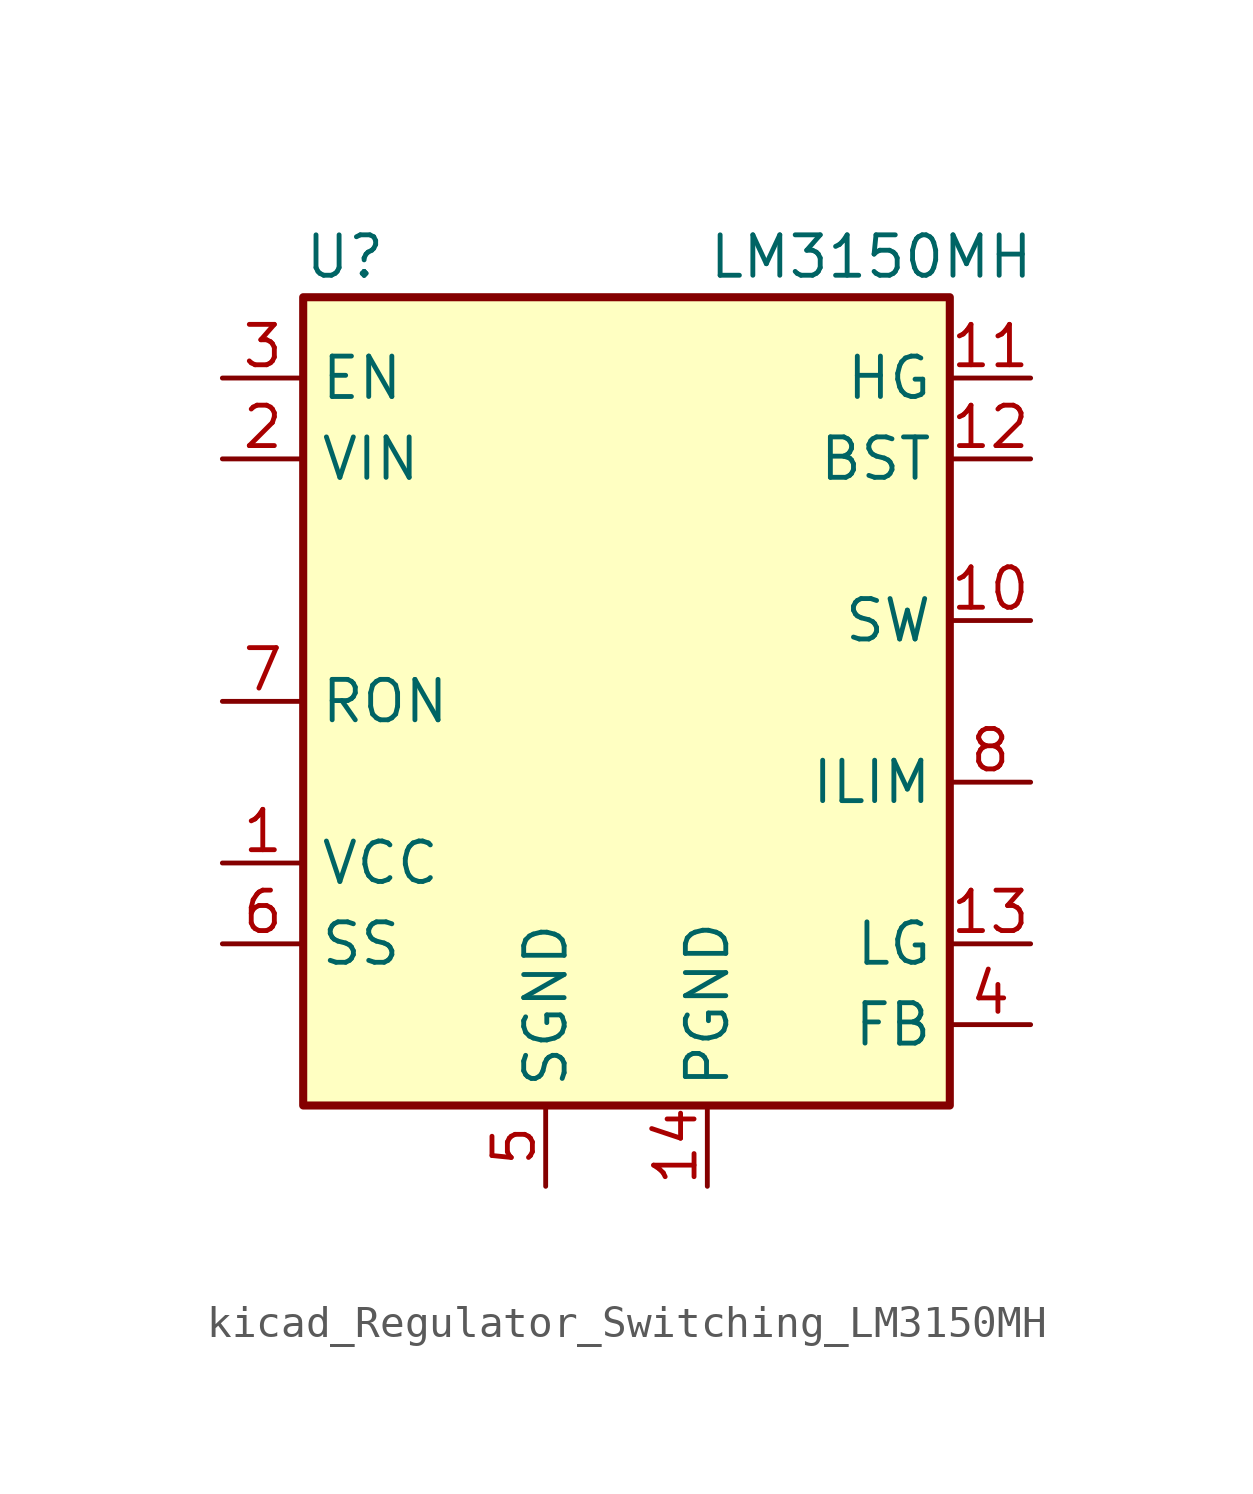
<source format=kicad_sym>
(kicad_symbol_lib
  (version 20220914)
  (generator kicad_symbol_editor)
  (symbol "kicad_Regulator_Switching_LM3150MH"
    (property "Reference" "U"
      (at -10.16 13.97 0)
      (effects (font (size 1.27 1.27)) (justify left)))
    (property "Value" "LM3150MH"
      (at 2.54 13.97 0)
      (effects (font (size 1.27 1.27)) (justify left)))
    (symbol "kicad_Regulator_Switching_LM3150MH_0_1"
      (rectangle (start -10.16 12.7) (end 10.16 -12.7) (stroke (width 0.254) (type default)) (fill (type background))))
    (symbol "kicad_Regulator_Switching_LM3150MH_1_1"
      (pin power_out line (at -12.7 -5.08 0) (length 2.54) (name "VCC" (effects (font (size 1.27 1.27)))) (number "1" (effects (font (size 1.27 1.27)))))
      (pin output line (at 12.7 2.54 180) (length 2.54) (name "SW" (effects (font (size 1.27 1.27)))) (number "10" (effects (font (size 1.27 1.27)))))
      (pin output line (at 12.7 10.16 180) (length 2.54) (name "HG" (effects (font (size 1.27 1.27)))) (number "11" (effects (font (size 1.27 1.27)))))
      (pin passive line (at 12.7 7.62 180) (length 2.54) (name "BST" (effects (font (size 1.27 1.27)))) (number "12" (effects (font (size 1.27 1.27)))))
      (pin output line (at 12.7 -7.62 180) (length 2.54) (name "LG" (effects (font (size 1.27 1.27)))) (number "13" (effects (font (size 1.27 1.27)))))
      (pin power_in line (at 2.54 -15.24 90) (length 2.54) (name "PGND" (effects (font (size 1.27 1.27)))) (number "14" (effects (font (size 1.27 1.27)))))
      (pin passive line (at -2.54 -15.24 90) (length 2.54) hide (name "SGND" (effects (font (size 1.27 1.27)))) (number "15" (effects (font (size 1.27 1.27)))))
      (pin power_in line (at -12.7 7.62 0) (length 2.54) (name "VIN" (effects (font (size 1.27 1.27)))) (number "2" (effects (font (size 1.27 1.27)))))
      (pin input line (at -12.7 10.16 0) (length 2.54) (name "EN" (effects (font (size 1.27 1.27)))) (number "3" (effects (font (size 1.27 1.27)))))
      (pin input line (at 12.7 -10.16 180) (length 2.54) (name "FB" (effects (font (size 1.27 1.27)))) (number "4" (effects (font (size 1.27 1.27)))))
      (pin power_in line (at -2.54 -15.24 90) (length 2.54) (name "SGND" (effects (font (size 1.27 1.27)))) (number "5" (effects (font (size 1.27 1.27)))))
      (pin passive line (at -12.7 -7.62 0) (length 2.54) (name "SS" (effects (font (size 1.27 1.27)))) (number "6" (effects (font (size 1.27 1.27)))))
      (pin input line (at -12.7 0 0) (length 2.54) (name "RON" (effects (font (size 1.27 1.27)))) (number "7" (effects (font (size 1.27 1.27)))))
      (pin input line (at 12.7 -2.54 180) (length 2.54) (name "ILIM" (effects (font (size 1.27 1.27)))) (number "8" (effects (font (size 1.27 1.27)))))
      (pin passive line (at -2.54 -15.24 90) (length 2.54) hide (name "SGND" (effects (font (size 1.27 1.27)))) (number "9" (effects (font (size 1.27 1.27))))))))
</source>
